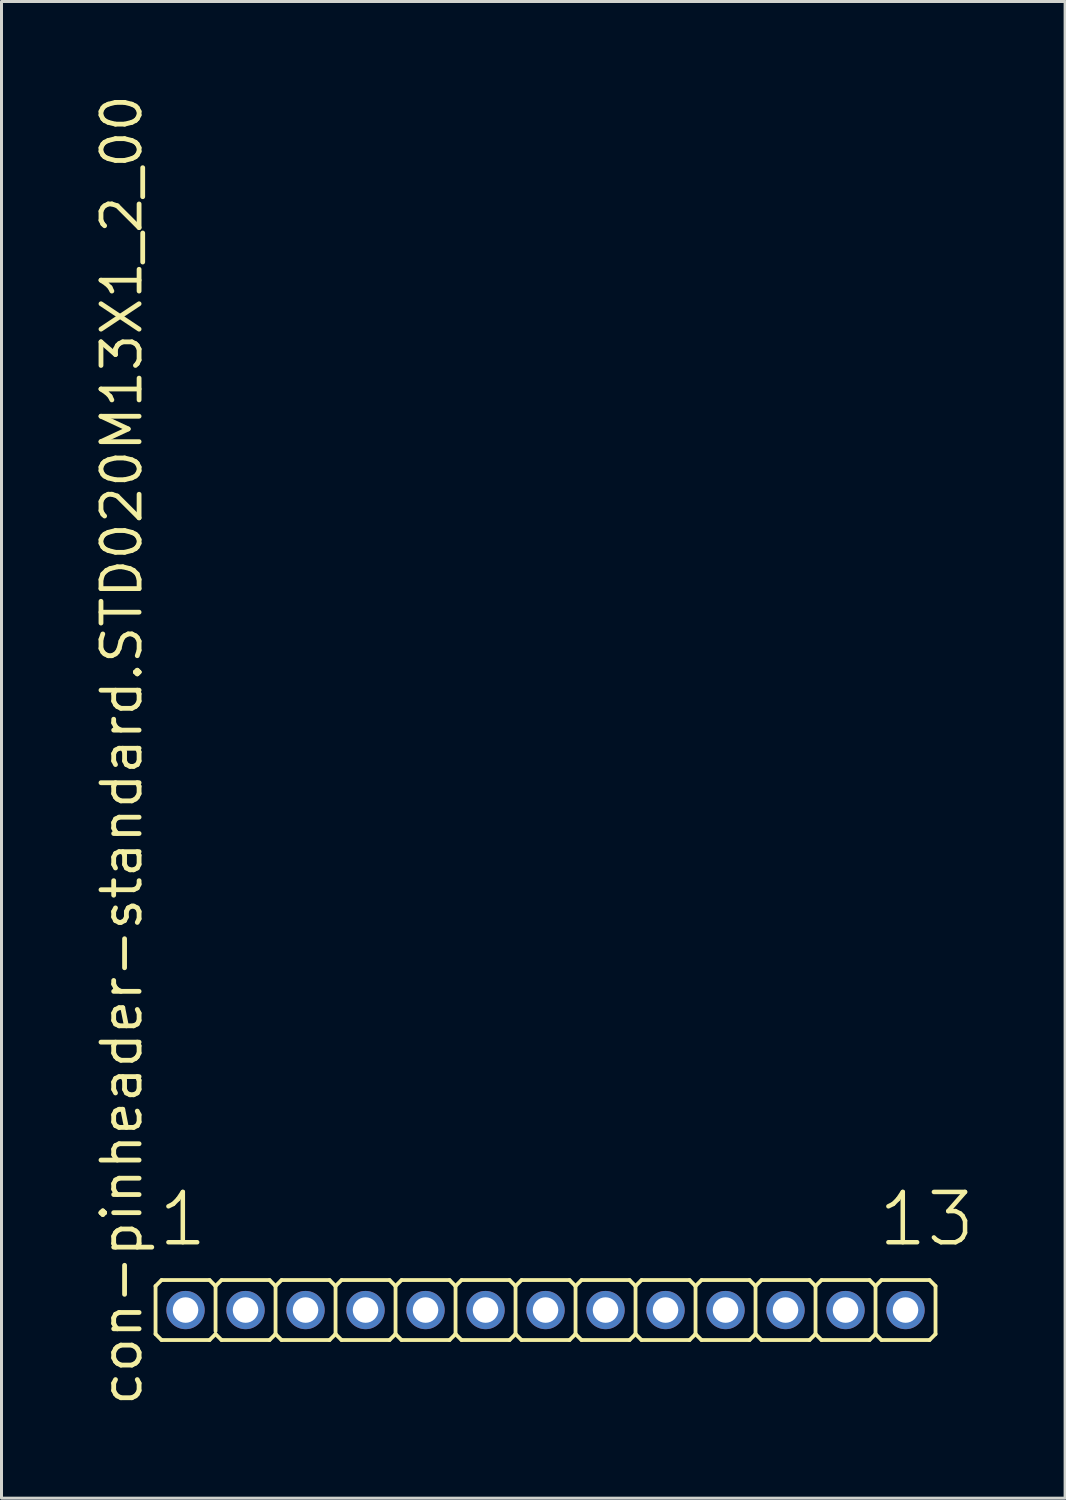
<source format=kicad_pcb>
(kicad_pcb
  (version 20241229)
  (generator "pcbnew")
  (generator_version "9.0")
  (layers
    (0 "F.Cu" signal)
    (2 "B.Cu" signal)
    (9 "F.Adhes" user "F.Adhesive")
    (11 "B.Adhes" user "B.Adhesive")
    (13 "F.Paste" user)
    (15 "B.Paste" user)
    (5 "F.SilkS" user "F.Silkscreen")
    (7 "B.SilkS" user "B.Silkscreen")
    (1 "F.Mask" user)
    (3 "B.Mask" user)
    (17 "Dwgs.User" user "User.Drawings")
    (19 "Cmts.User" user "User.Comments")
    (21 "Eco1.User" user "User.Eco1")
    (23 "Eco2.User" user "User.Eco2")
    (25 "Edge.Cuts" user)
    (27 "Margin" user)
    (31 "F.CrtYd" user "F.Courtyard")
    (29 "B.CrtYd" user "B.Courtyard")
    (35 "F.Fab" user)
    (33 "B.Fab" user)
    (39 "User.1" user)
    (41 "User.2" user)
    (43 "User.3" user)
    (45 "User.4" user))
  (footprint "con-pinheader-standard.STD020M13X1_2_00"
    (layer "F.Cu")
    (at 15.135 40.62)
    (property "Reference" "con-pinheader-standard.STD020M13X1_2_00" (at -13.385 3.27 90) (layer "F.SilkS") (effects (font (size 1.27 1.27) (thickness 0.16)) (justify left bottom)))
    (attr through_hole)
    (fp_line (start -13 0.8) (end -13 -0.8) (stroke (width 0.127) (type default)) (layer "F.SilkS"))
    (fp_line (start -12.8 -1) (end -13 -0.8) (stroke (width 0.127) (type default)) (layer "F.SilkS"))
    (fp_line (start -12.8 -1) (end -11.2 -1) (stroke (width 0.127) (type default)) (layer "F.SilkS"))
    (fp_line (start -12.8 1) (end -13 0.8) (stroke (width 0.127) (type default)) (layer "F.SilkS"))
    (fp_line (start -11.2 -1) (end -11 -0.8) (stroke (width 0.127) (type default)) (layer "F.SilkS"))
    (fp_line (start -11.2 1) (end -12.8 1) (stroke (width 0.127) (type default)) (layer "F.SilkS"))
    (fp_line (start -11.2 1) (end -11 0.8) (stroke (width 0.127) (type default)) (layer "F.SilkS"))
    (fp_line (start -11 -0.8) (end -11 0.7) (stroke (width 0.127) (type default)) (layer "F.SilkS"))
    (fp_line (start -10.8 -1) (end -11 -0.8) (stroke (width 0.127) (type default)) (layer "F.SilkS"))
    (fp_line (start -10.8 -1) (end -9.2 -1) (stroke (width 0.127) (type default)) (layer "F.SilkS"))
    (fp_line (start -10.8 1) (end -11 0.8) (stroke (width 0.127) (type default)) (layer "F.SilkS"))
    (fp_line (start -9.2 -1) (end -9 -0.8) (stroke (width 0.127) (type default)) (layer "F.SilkS"))
    (fp_line (start -9.2 1) (end -10.8 1) (stroke (width 0.127) (type default)) (layer "F.SilkS"))
    (fp_line (start -9.2 1) (end -9 0.8) (stroke (width 0.127) (type default)) (layer "F.SilkS"))
    (fp_line (start -9 -0.8) (end -9 0.8) (stroke (width 0.127) (type default)) (layer "F.SilkS"))
    (fp_line (start -8.8 -1) (end -9 -0.8) (stroke (width 0.127) (type default)) (layer "F.SilkS"))
    (fp_line (start -8.8 -1) (end -7.2 -1) (stroke (width 0.127) (type default)) (layer "F.SilkS"))
    (fp_line (start -8.8 1) (end -9 0.8) (stroke (width 0.127) (type default)) (layer "F.SilkS"))
    (fp_line (start -7.2 -1) (end -7 -0.8) (stroke (width 0.127) (type default)) (layer "F.SilkS"))
    (fp_line (start -7.2 1) (end -8.8 1) (stroke (width 0.127) (type default)) (layer "F.SilkS"))
    (fp_line (start -7.2 1) (end -7 0.8) (stroke (width 0.127) (type default)) (layer "F.SilkS"))
    (fp_line (start -7 -0.8) (end -7 0.8) (stroke (width 0.127) (type default)) (layer "F.SilkS"))
    (fp_line (start -6.8 -1) (end -7 -0.8) (stroke (width 0.127) (type default)) (layer "F.SilkS"))
    (fp_line (start -6.8 -1) (end -5.2 -1) (stroke (width 0.127) (type default)) (layer "F.SilkS"))
    (fp_line (start -6.8 1) (end -7 0.8) (stroke (width 0.127) (type default)) (layer "F.SilkS"))
    (fp_line (start -5.2 -1) (end -5 -0.8) (stroke (width 0.127) (type default)) (layer "F.SilkS"))
    (fp_line (start -5.2 1) (end -6.8 1) (stroke (width 0.127) (type default)) (layer "F.SilkS"))
    (fp_line (start -5.2 1) (end -5 0.8) (stroke (width 0.127) (type default)) (layer "F.SilkS"))
    (fp_line (start -5 -0.8) (end -5 0.8) (stroke (width 0.127) (type default)) (layer "F.SilkS"))
    (fp_line (start -4.8 -1) (end -5 -0.8) (stroke (width 0.127) (type default)) (layer "F.SilkS"))
    (fp_line (start -4.8 -1) (end -3.2 -1) (stroke (width 0.127) (type default)) (layer "F.SilkS"))
    (fp_line (start -4.8 1) (end -5 0.8) (stroke (width 0.127) (type default)) (layer "F.SilkS"))
    (fp_line (start -3.2 -1) (end -3 -0.8) (stroke (width 0.127) (type default)) (layer "F.SilkS"))
    (fp_line (start -3.2 1) (end -4.8 1) (stroke (width 0.127) (type default)) (layer "F.SilkS"))
    (fp_line (start -3.2 1) (end -3 0.8) (stroke (width 0.127) (type default)) (layer "F.SilkS"))
    (fp_line (start -3 -0.8) (end -3 0.8) (stroke (width 0.127) (type default)) (layer "F.SilkS"))
    (fp_line (start -2.8 -1) (end -3 -0.8) (stroke (width 0.127) (type default)) (layer "F.SilkS"))
    (fp_line (start -2.8 -1) (end -1.2 -1) (stroke (width 0.127) (type default)) (layer "F.SilkS"))
    (fp_line (start -2.8 1) (end -3 0.8) (stroke (width 0.127) (type default)) (layer "F.SilkS"))
    (fp_line (start -1.2 -1) (end -1 -0.8) (stroke (width 0.127) (type default)) (layer "F.SilkS"))
    (fp_line (start -1.2 1) (end -2.8 1) (stroke (width 0.127) (type default)) (layer "F.SilkS"))
    (fp_line (start -1.2 1) (end -1 0.8) (stroke (width 0.127) (type default)) (layer "F.SilkS"))
    (fp_line (start -1 -0.8) (end -1 0.8) (stroke (width 0.127) (type default)) (layer "F.SilkS"))
    (fp_line (start -0.8 -1) (end -1 -0.8) (stroke (width 0.127) (type default)) (layer "F.SilkS"))
    (fp_line (start -0.8 -1) (end 0.8 -1) (stroke (width 0.127) (type default)) (layer "F.SilkS"))
    (fp_line (start -0.8 1) (end -1 0.8) (stroke (width 0.127) (type default)) (layer "F.SilkS"))
    (fp_line (start 0.8 -1) (end 1 -0.8) (stroke (width 0.127) (type default)) (layer "F.SilkS"))
    (fp_line (start 0.8 1) (end -0.8 1) (stroke (width 0.127) (type default)) (layer "F.SilkS"))
    (fp_line (start 0.8 1) (end 1 0.8) (stroke (width 0.127) (type default)) (layer "F.SilkS"))
    (fp_line (start 1 -0.8) (end 1 0.8) (stroke (width 0.127) (type default)) (layer "F.SilkS"))
    (fp_line (start 1.2 -1) (end 1 -0.8) (stroke (width 0.127) (type default)) (layer "F.SilkS"))
    (fp_line (start 1.2 -1) (end 2.8 -1) (stroke (width 0.127) (type default)) (layer "F.SilkS"))
    (fp_line (start 1.2 1) (end 1 0.8) (stroke (width 0.127) (type default)) (layer "F.SilkS"))
    (fp_line (start 2.8 -1) (end 3 -0.8) (stroke (width 0.127) (type default)) (layer "F.SilkS"))
    (fp_line (start 2.8 1) (end 1.2 1) (stroke (width 0.127) (type default)) (layer "F.SilkS"))
    (fp_line (start 2.8 1) (end 3 0.8) (stroke (width 0.127) (type default)) (layer "F.SilkS"))
    (fp_line (start 3 -0.8) (end 3 0.8) (stroke (width 0.127) (type default)) (layer "F.SilkS"))
    (fp_line (start 3.2 -1) (end 3 -0.8) (stroke (width 0.127) (type default)) (layer "F.SilkS"))
    (fp_line (start 3.2 -1) (end 4.8 -1) (stroke (width 0.127) (type default)) (layer "F.SilkS"))
    (fp_line (start 3.2 1) (end 3 0.8) (stroke (width 0.127) (type default)) (layer "F.SilkS"))
    (fp_line (start 4.8 -1) (end 5 -0.8) (stroke (width 0.127) (type default)) (layer "F.SilkS"))
    (fp_line (start 4.8 1) (end 3.2 1) (stroke (width 0.127) (type default)) (layer "F.SilkS"))
    (fp_line (start 4.8 1) (end 5 0.8) (stroke (width 0.127) (type default)) (layer "F.SilkS"))
    (fp_line (start 5 -0.8) (end 5 0.8) (stroke (width 0.127) (type default)) (layer "F.SilkS"))
    (fp_line (start 5.2 -1) (end 5 -0.8) (stroke (width 0.127) (type default)) (layer "F.SilkS"))
    (fp_line (start 5.2 -1) (end 6.8 -1) (stroke (width 0.127) (type default)) (layer "F.SilkS"))
    (fp_line (start 5.2 1) (end 5 0.8) (stroke (width 0.127) (type default)) (layer "F.SilkS"))
    (fp_line (start 6.8 -1) (end 7 -0.8) (stroke (width 0.127) (type default)) (layer "F.SilkS"))
    (fp_line (start 6.8 1) (end 5.2 1) (stroke (width 0.127) (type default)) (layer "F.SilkS"))
    (fp_line (start 6.8 1) (end 7 0.8) (stroke (width 0.127) (type default)) (layer "F.SilkS"))
    (fp_line (start 7 -0.8) (end 7 0.8) (stroke (width 0.127) (type default)) (layer "F.SilkS"))
    (fp_line (start 7.2 -1) (end 7 -0.8) (stroke (width 0.127) (type default)) (layer "F.SilkS"))
    (fp_line (start 7.2 -1) (end 8.8 -1) (stroke (width 0.127) (type default)) (layer "F.SilkS"))
    (fp_line (start 7.2 1) (end 7 0.8) (stroke (width 0.127) (type default)) (layer "F.SilkS"))
    (fp_line (start 8.8 -1) (end 9 -0.8) (stroke (width 0.127) (type default)) (layer "F.SilkS"))
    (fp_line (start 8.8 1) (end 7.2 1) (stroke (width 0.127) (type default)) (layer "F.SilkS"))
    (fp_line (start 8.8 1) (end 9 0.8) (stroke (width 0.127) (type default)) (layer "F.SilkS"))
    (fp_line (start 9 -0.8) (end 9 0.8) (stroke (width 0.127) (type default)) (layer "F.SilkS"))
    (fp_line (start 9.2 -1) (end 9 -0.8) (stroke (width 0.127) (type default)) (layer "F.SilkS"))
    (fp_line (start 9.2 -1) (end 10.8 -1) (stroke (width 0.127) (type default)) (layer "F.SilkS"))
    (fp_line (start 9.2 1) (end 9 0.8) (stroke (width 0.127) (type default)) (layer "F.SilkS"))
    (fp_line (start 10.8 -1) (end 11 -0.8) (stroke (width 0.127) (type default)) (layer "F.SilkS"))
    (fp_line (start 10.8 1) (end 9.2 1) (stroke (width 0.127) (type default)) (layer "F.SilkS"))
    (fp_line (start 10.8 1) (end 11 0.8) (stroke (width 0.127) (type default)) (layer "F.SilkS"))
    (fp_line (start 11 -0.8) (end 11 0.8) (stroke (width 0.127) (type default)) (layer "F.SilkS"))
    (fp_line (start 11.2 -1) (end 11 -0.8) (stroke (width 0.127) (type default)) (layer "F.SilkS"))
    (fp_line (start 11.2 -1) (end 12.8 -1) (stroke (width 0.127) (type default)) (layer "F.SilkS"))
    (fp_line (start 11.2 1) (end 11 0.8) (stroke (width 0.127) (type default)) (layer "F.SilkS"))
    (fp_line (start 12.8 -1) (end 13 -0.8) (stroke (width 0.127) (type default)) (layer "F.SilkS"))
    (fp_line (start 12.8 1) (end 11.2 1) (stroke (width 0.127) (type default)) (layer "F.SilkS"))
    (fp_line (start 12.8 1) (end 13 0.8) (stroke (width 0.127) (type default)) (layer "F.SilkS"))
    (fp_line (start 13 -0.8) (end 13 0.8) (stroke (width 0.127) (type default)) (layer "F.SilkS"))
    (fp_rect (start -12.25 0.25) (end -11.75 -0.25) (stroke (width 0.05) (type default)) (fill no) (layer "F.Fab"))
    (fp_rect (start -10.25 0.25) (end -9.75 -0.25) (stroke (width 0.05) (type default)) (fill no) (layer "F.Fab"))
    (fp_rect (start -8.25 0.25) (end -7.75 -0.25) (stroke (width 0.05) (type default)) (fill no) (layer "F.Fab"))
    (fp_rect (start -6.25 0.25) (end -5.75 -0.25) (stroke (width 0.05) (type default)) (fill no) (layer "F.Fab"))
    (fp_rect (start -4.25 0.25) (end -3.75 -0.25) (stroke (width 0.05) (type default)) (fill no) (layer "F.Fab"))
    (fp_rect (start -2.25 0.25) (end -1.75 -0.25) (stroke (width 0.05) (type default)) (fill no) (layer "F.Fab"))
    (fp_rect (start -0.25 0.25) (end 0.25 -0.25) (stroke (width 0.05) (type default)) (fill no) (layer "F.Fab"))
    (fp_rect (start 1.75 0.25) (end 2.25 -0.25) (stroke (width 0.05) (type default)) (fill no) (layer "F.Fab"))
    (fp_rect (start 3.75 0.25) (end 4.25 -0.25) (stroke (width 0.05) (type default)) (fill no) (layer "F.Fab"))
    (fp_rect (start 5.75 0.25) (end 6.25 -0.25) (stroke (width 0.05) (type default)) (fill no) (layer "F.Fab"))
    (fp_rect (start 7.75 0.25) (end 8.25 -0.25) (stroke (width 0.05) (type default)) (fill no) (layer "F.Fab"))
    (fp_rect (start 9.75 0.25) (end 10.25 -0.25) (stroke (width 0.05) (type default)) (fill no) (layer "F.Fab"))
    (fp_rect (start 11.75 0.25) (end 12.25 -0.25) (stroke (width 0.05) (type default)) (fill no) (layer "F.Fab"))
    (fp_text user "1" (at -12.988 -2.048 0) (layer "F.SilkS") (effects (font (size 1.676 1.676) (thickness 0.15)) (justify left bottom)))
    (fp_text user "13" (at 11.012 -2.048 0) (layer "F.SilkS") (effects (font (size 1.676 1.676) (thickness 0.15)) (justify left bottom)))
    (pad "1" thru_hole circle (at -12 0) (size 1.275 1.275) (drill 0.85) (layers "*.Cu" "*.Mask"))
    (pad "2" thru_hole circle (at -10 0) (size 1.275 1.275) (drill 0.85) (layers "*.Cu" "*.Mask"))
    (pad "3" thru_hole circle (at -8 0) (size 1.275 1.275) (drill 0.85) (layers "*.Cu" "*.Mask"))
    (pad "4" thru_hole circle (at -6 0) (size 1.275 1.275) (drill 0.85) (layers "*.Cu" "*.Mask"))
    (pad "5" thru_hole circle (at -4 0) (size 1.275 1.275) (drill 0.85) (layers "*.Cu" "*.Mask"))
    (pad "6" thru_hole circle (at -2 0) (size 1.275 1.275) (drill 0.85) (layers "*.Cu" "*.Mask"))
    (pad "7" thru_hole circle (at 0 0) (size 1.275 1.275) (drill 0.85) (layers "*.Cu" "*.Mask"))
    (pad "8" thru_hole circle (at 2 0) (size 1.275 1.275) (drill 0.85) (layers "*.Cu" "*.Mask"))
    (pad "9" thru_hole circle (at 4 0) (size 1.275 1.275) (drill 0.85) (layers "*.Cu" "*.Mask"))
    (pad "10" thru_hole circle (at 6 0) (size 1.275 1.275) (drill 0.85) (layers "*.Cu" "*.Mask"))
    (pad "11" thru_hole circle (at 8 0) (size 1.275 1.275) (drill 0.85) (layers "*.Cu" "*.Mask"))
    (pad "12" thru_hole circle (at 10 0) (size 1.275 1.275) (drill 0.85) (layers "*.Cu" "*.Mask"))
    (pad "13" thru_hole circle (at 12 0) (size 1.275 1.275) (drill 0.85) (layers "*.Cu" "*.Mask")))
  (gr_rect
    (start -3 -3)
    (end 32.455 46.89)
    (stroke (width 0.1) (type default))
    (fill no)
    (layer "Edge.Cuts")))
</source>
